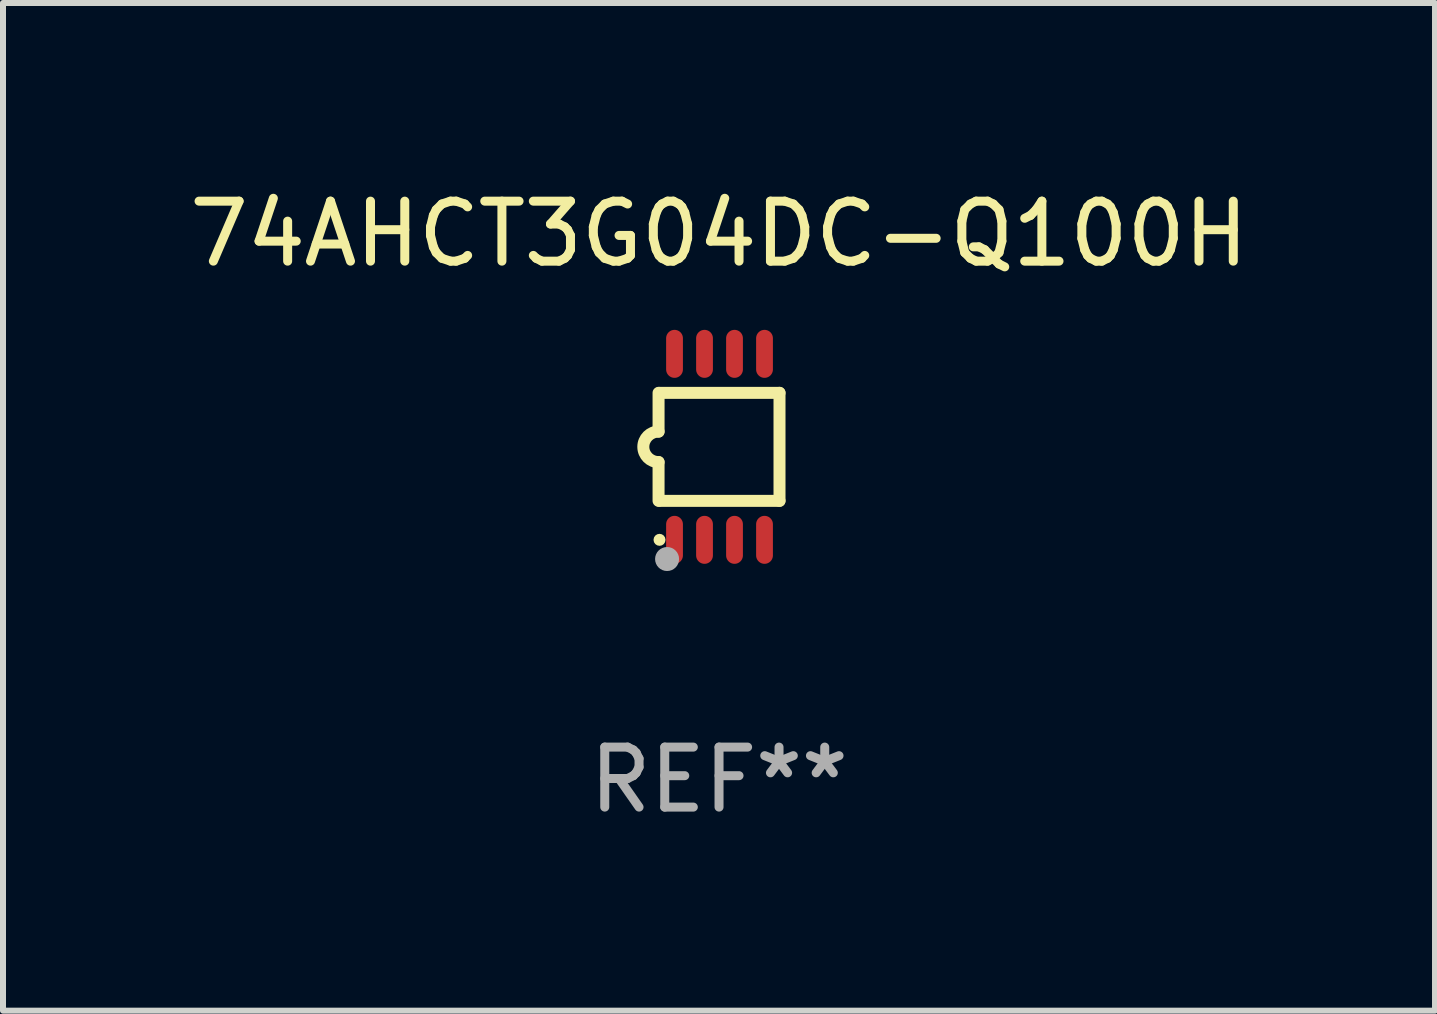
<source format=kicad_pcb>
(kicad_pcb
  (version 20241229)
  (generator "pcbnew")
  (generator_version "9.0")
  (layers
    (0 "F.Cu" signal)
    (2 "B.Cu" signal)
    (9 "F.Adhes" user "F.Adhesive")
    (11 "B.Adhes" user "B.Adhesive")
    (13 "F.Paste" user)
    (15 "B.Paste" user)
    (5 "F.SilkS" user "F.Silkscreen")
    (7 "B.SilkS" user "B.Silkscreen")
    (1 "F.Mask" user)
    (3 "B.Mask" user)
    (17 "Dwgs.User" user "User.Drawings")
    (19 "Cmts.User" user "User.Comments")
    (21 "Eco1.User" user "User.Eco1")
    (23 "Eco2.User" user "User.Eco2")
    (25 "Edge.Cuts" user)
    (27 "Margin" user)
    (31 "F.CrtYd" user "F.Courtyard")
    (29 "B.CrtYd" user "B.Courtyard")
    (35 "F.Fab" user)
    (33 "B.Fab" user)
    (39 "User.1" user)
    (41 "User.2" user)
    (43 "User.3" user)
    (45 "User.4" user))
  (footprint "74AHCT3G04DC-Q100H"
    (layer "F.Cu")
    (at 8.935 4.398)
    (property "Reference" "74AHCT3G04DC-Q100H" (at 0 -3.55 0) (layer "F.SilkS") (effects (font (size 1 1) (thickness 0.15))))
    (attr through_hole)
    (fp_line (start -1.008 -0.254) (end -1.008 -0.9) (stroke (width 0.2) (type solid)) (layer "F.SilkS"))
    (fp_line (start -1.008 0.254) (end -1.008 0.9) (stroke (width 0.2) (type solid)) (layer "F.SilkS"))
    (fp_line (start -0.992 0.9) (end 1.008 0.9) (stroke (width 0.2) (type solid)) (layer "F.SilkS"))
    (fp_line (start 1.008 -0.9) (end -0.992 -0.9) (stroke (width 0.2) (type solid)) (layer "F.SilkS"))
    (fp_line (start 1.008 0.9) (end 1.008 -0.9) (stroke (width 0.2) (type solid)) (layer "F.SilkS"))
    (fp_arc (start -1.008001 0.254001) (mid -1.262002 0) (end -1.008001 -0.254001) (stroke (width 0.2) (type solid)) (layer "F.SilkS"))
    (fp_circle (center -0.992 1.55) (end -0.942 1.55) (stroke (width 0.1) (type solid)) (fill no) (layer "F.SilkS"))
    (fp_circle (center -0.866 1.87) (end -0.766 1.87) (stroke (width 0.2) (type solid)) (fill no) (layer "F.Fab"))
    (fp_text user "REF**" (at 0 5.55 0) (layer "F.Fab") (effects (font (size 1 1) (thickness 0.15))))
    (pad "1" smd oval (at -0.742 1.55 270) (size 0.8 0.28) (layers "F.Cu" "F.Mask" "F.Paste"))
    (pad "2" smd oval (at -0.242 1.55 270) (size 0.8 0.28) (layers "F.Cu" "F.Mask" "F.Paste"))
    (pad "3" smd oval (at 0.258 1.55 270) (size 0.8 0.28) (layers "F.Cu" "F.Mask" "F.Paste"))
    (pad "4" smd oval (at 0.758 1.55 270) (size 0.8 0.28) (layers "F.Cu" "F.Mask" "F.Paste"))
    (pad "5" smd oval (at 0.758 -1.55 270) (size 0.8 0.28) (layers "F.Cu" "F.Mask" "F.Paste"))
    (pad "6" smd oval (at 0.258 -1.55 270) (size 0.8 0.28) (layers "F.Cu" "F.Mask" "F.Paste"))
    (pad "7" smd oval (at -0.242 -1.55 270) (size 0.8 0.28) (layers "F.Cu" "F.Mask" "F.Paste"))
    (pad "8" smd oval (at -0.742 -1.55 270) (size 0.8 0.28) (layers "F.Cu" "F.Mask" "F.Paste")))
  (gr_rect
    (start -3 -3)
    (end 20.869 13.796)
    (stroke (width 0.1) (type default))
    (fill no)
    (layer "Edge.Cuts")))
</source>
